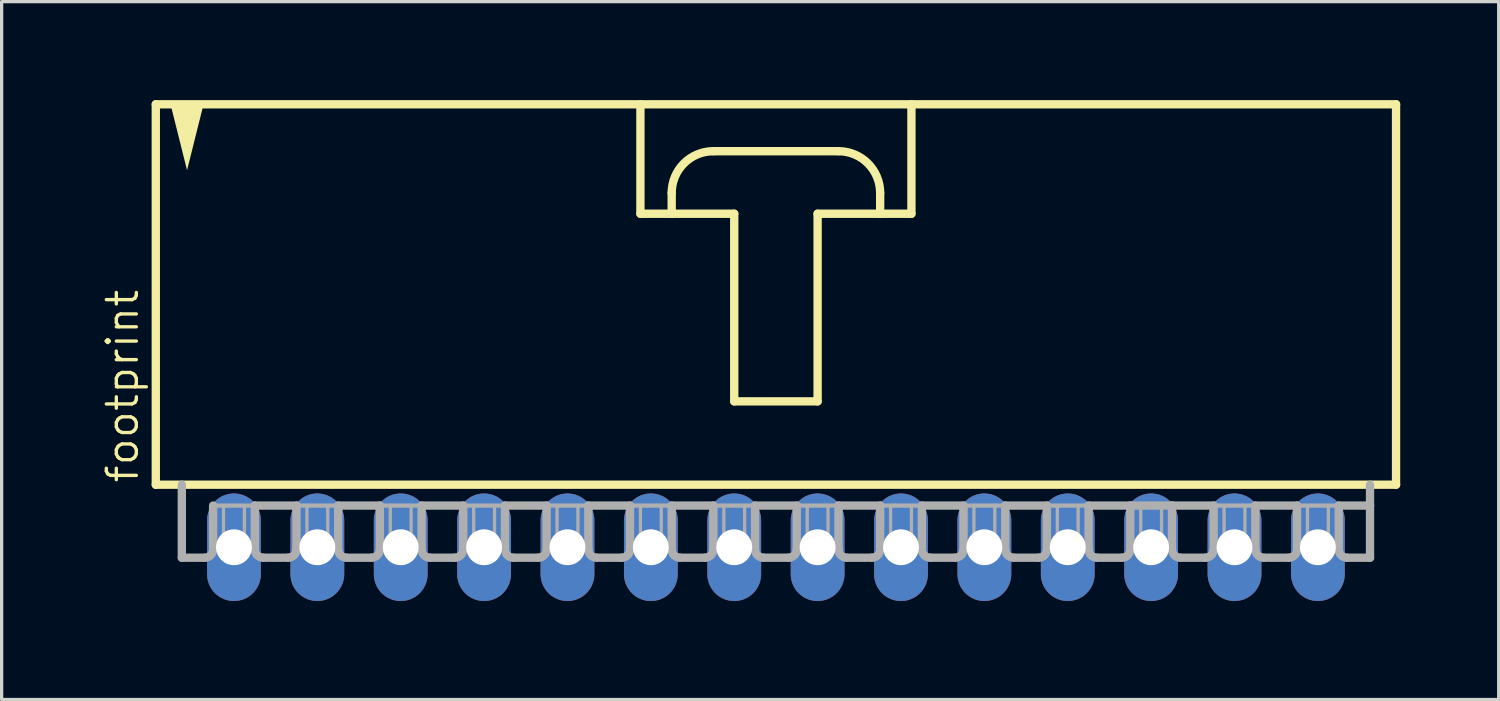
<source format=kicad_pcb>
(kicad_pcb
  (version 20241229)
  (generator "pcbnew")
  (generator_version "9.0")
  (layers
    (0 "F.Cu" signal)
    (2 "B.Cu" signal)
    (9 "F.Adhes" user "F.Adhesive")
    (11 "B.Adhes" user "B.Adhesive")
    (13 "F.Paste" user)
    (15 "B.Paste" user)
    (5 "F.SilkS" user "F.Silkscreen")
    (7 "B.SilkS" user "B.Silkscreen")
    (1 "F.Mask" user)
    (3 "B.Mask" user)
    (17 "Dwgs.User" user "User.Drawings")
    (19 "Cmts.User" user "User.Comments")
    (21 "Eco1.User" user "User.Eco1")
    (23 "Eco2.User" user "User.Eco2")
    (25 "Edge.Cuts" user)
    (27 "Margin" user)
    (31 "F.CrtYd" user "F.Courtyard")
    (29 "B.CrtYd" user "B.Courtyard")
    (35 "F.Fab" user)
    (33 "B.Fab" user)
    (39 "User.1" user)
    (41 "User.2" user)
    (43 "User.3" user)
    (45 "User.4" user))
  (footprint "footprint"
    (layer "F.Cu")
    (at 20.587 6.001)
    (property "Reference" "footprint" (at -19.367 5.715 90) (layer "F.SilkS") (effects (font (size 0.914 0.914) (thickness 0.102)) (justify left bottom)))
    (fp_line (start -18.891 -5.874) (end -18.891 5.715) (stroke (width 0.254) (type solid)) (layer "F.SilkS"))
    (fp_line (start -18.891 5.715) (end 18.891 5.715) (stroke (width 0.254) (type solid)) (layer "F.SilkS"))
    (fp_line (start -4.128 -5.874) (end -4.128 -2.54) (stroke (width 0.254) (type solid)) (layer "F.SilkS"))
    (fp_line (start -4.128 -2.54) (end -3.175 -2.54) (stroke (width 0.254) (type solid)) (layer "F.SilkS"))
    (fp_line (start -3.175 -2.54) (end -3.175 -3.175) (stroke (width 0.254) (type solid)) (layer "F.SilkS"))
    (fp_line (start -3.175 -2.54) (end -1.27 -2.54) (stroke (width 0.254) (type solid)) (layer "F.SilkS"))
    (fp_line (start -1.905 -4.445) (end 1.905 -4.445) (stroke (width 0.254) (type solid)) (layer "F.SilkS"))
    (fp_line (start -1.27 -2.54) (end -1.27 3.175) (stroke (width 0.254) (type solid)) (layer "F.SilkS"))
    (fp_line (start -1.27 3.175) (end 1.27 3.175) (stroke (width 0.254) (type solid)) (layer "F.SilkS"))
    (fp_line (start 1.27 -2.54) (end 3.175 -2.54) (stroke (width 0.254) (type solid)) (layer "F.SilkS"))
    (fp_line (start 1.27 3.175) (end 1.27 -2.54) (stroke (width 0.254) (type solid)) (layer "F.SilkS"))
    (fp_line (start 3.175 -3.175) (end 3.175 -2.54) (stroke (width 0.254) (type solid)) (layer "F.SilkS"))
    (fp_line (start 3.175 -2.54) (end 4.128 -2.54) (stroke (width 0.254) (type solid)) (layer "F.SilkS"))
    (fp_line (start 4.128 -5.874) (end -18.891 -5.874) (stroke (width 0.254) (type solid)) (layer "F.SilkS"))
    (fp_line (start 4.128 -2.54) (end 4.128 -5.874) (stroke (width 0.254) (type solid)) (layer "F.SilkS"))
    (fp_line (start 18.891 -5.874) (end 4.128 -5.874) (stroke (width 0.254) (type solid)) (layer "F.SilkS"))
    (fp_line (start 18.891 5.715) (end 18.891 -5.874) (stroke (width 0.254) (type solid)) (layer "F.SilkS"))
    (fp_arc (start -3.175 -3.175) (mid -2.803026 -4.073026) (end -1.905 -4.445) (stroke (width 0.254) (type solid)) (layer "F.SilkS"))
    (fp_arc (start 1.905 -4.445) (mid 2.803026 -4.073026) (end 3.175 -3.175) (stroke (width 0.254) (type solid)) (layer "F.SilkS"))
    (fp_poly (pts (xy -17.939 -3.864) (xy -18.448 -5.899) (xy -17.43 -5.899)) (stroke (width 0) (type solid)) (fill yes) (layer "F.SilkS"))
    (fp_line (start -18.098 5.715) (end -18.098 7.938) (stroke (width 0.254) (type solid)) (layer "F.Fab"))
    (fp_line (start -17.399 7.938) (end -18.098 7.938) (stroke (width 0.254) (type solid)) (layer "F.Fab"))
    (fp_line (start -17.145 6.35) (end -17.145 7.684) (stroke (width 0.254) (type solid)) (layer "F.Fab"))
    (fp_line (start -17.145 6.35) (end -15.875 6.35) (stroke (width 0.127) (type solid)) (layer "F.Fab"))
    (fp_line (start -15.875 6.35) (end -15.875 7.684) (stroke (width 0.254) (type solid)) (layer "F.Fab"))
    (fp_line (start -15.875 6.35) (end -14.605 6.35) (stroke (width 0.254) (type solid)) (layer "F.Fab"))
    (fp_line (start -14.859 7.938) (end -15.621 7.938) (stroke (width 0.254) (type solid)) (layer "F.Fab"))
    (fp_line (start -14.605 6.35) (end -14.605 7.684) (stroke (width 0.254) (type solid)) (layer "F.Fab"))
    (fp_line (start -14.605 6.35) (end -13.335 6.35) (stroke (width 0.127) (type solid)) (layer "F.Fab"))
    (fp_line (start -13.335 6.35) (end -13.335 7.684) (stroke (width 0.254) (type solid)) (layer "F.Fab"))
    (fp_line (start -13.335 6.35) (end -12.065 6.35) (stroke (width 0.254) (type solid)) (layer "F.Fab"))
    (fp_line (start -12.319 7.938) (end -13.081 7.938) (stroke (width 0.254) (type solid)) (layer "F.Fab"))
    (fp_line (start -12.065 6.35) (end -12.065 7.684) (stroke (width 0.254) (type solid)) (layer "F.Fab"))
    (fp_line (start -12.065 6.35) (end -10.795 6.35) (stroke (width 0.127) (type solid)) (layer "F.Fab"))
    (fp_line (start -10.795 6.35) (end -10.795 7.684) (stroke (width 0.254) (type solid)) (layer "F.Fab"))
    (fp_line (start -10.795 6.35) (end -9.525 6.35) (stroke (width 0.254) (type solid)) (layer "F.Fab"))
    (fp_line (start -9.779 7.938) (end -10.541 7.938) (stroke (width 0.254) (type solid)) (layer "F.Fab"))
    (fp_line (start -9.525 6.35) (end -9.525 7.684) (stroke (width 0.254) (type solid)) (layer "F.Fab"))
    (fp_line (start -9.525 6.35) (end -8.255 6.35) (stroke (width 0.127) (type solid)) (layer "F.Fab"))
    (fp_line (start -8.255 6.35) (end -8.255 7.684) (stroke (width 0.254) (type solid)) (layer "F.Fab"))
    (fp_line (start -8.255 6.35) (end -6.985 6.35) (stroke (width 0.254) (type solid)) (layer "F.Fab"))
    (fp_line (start -7.239 7.938) (end -8.001 7.938) (stroke (width 0.254) (type solid)) (layer "F.Fab"))
    (fp_line (start -6.985 6.35) (end -6.985 7.684) (stroke (width 0.254) (type solid)) (layer "F.Fab"))
    (fp_line (start -6.985 6.35) (end -5.715 6.35) (stroke (width 0.127) (type solid)) (layer "F.Fab"))
    (fp_line (start -5.715 6.35) (end -5.715 7.684) (stroke (width 0.254) (type solid)) (layer "F.Fab"))
    (fp_line (start -5.715 6.35) (end -4.445 6.35) (stroke (width 0.254) (type solid)) (layer "F.Fab"))
    (fp_line (start -4.699 7.938) (end -5.461 7.938) (stroke (width 0.254) (type solid)) (layer "F.Fab"))
    (fp_line (start -4.445 6.35) (end -4.445 7.684) (stroke (width 0.254) (type solid)) (layer "F.Fab"))
    (fp_line (start -4.445 6.35) (end -3.175 6.35) (stroke (width 0.127) (type solid)) (layer "F.Fab"))
    (fp_line (start -3.175 6.35) (end -3.175 7.684) (stroke (width 0.254) (type solid)) (layer "F.Fab"))
    (fp_line (start -3.175 6.35) (end -1.905 6.35) (stroke (width 0.254) (type solid)) (layer "F.Fab"))
    (fp_line (start -2.159 7.938) (end -2.921 7.938) (stroke (width 0.254) (type solid)) (layer "F.Fab"))
    (fp_line (start -1.905 6.35) (end -1.905 7.684) (stroke (width 0.254) (type solid)) (layer "F.Fab"))
    (fp_line (start -1.905 6.35) (end -0.635 6.35) (stroke (width 0.127) (type solid)) (layer "F.Fab"))
    (fp_line (start -0.635 6.35) (end -0.635 7.684) (stroke (width 0.254) (type solid)) (layer "F.Fab"))
    (fp_line (start -0.635 6.35) (end 0.635 6.35) (stroke (width 0.254) (type solid)) (layer "F.Fab"))
    (fp_line (start 0.381 7.938) (end -0.381 7.938) (stroke (width 0.254) (type solid)) (layer "F.Fab"))
    (fp_line (start 0.635 6.35) (end 0.635 7.684) (stroke (width 0.254) (type solid)) (layer "F.Fab"))
    (fp_line (start 0.635 6.35) (end 1.905 6.35) (stroke (width 0.127) (type solid)) (layer "F.Fab"))
    (fp_line (start 1.905 6.35) (end 1.905 7.684) (stroke (width 0.254) (type solid)) (layer "F.Fab"))
    (fp_line (start 1.905 6.35) (end 3.175 6.35) (stroke (width 0.254) (type solid)) (layer "F.Fab"))
    (fp_line (start 2.921 7.938) (end 2.159 7.938) (stroke (width 0.254) (type solid)) (layer "F.Fab"))
    (fp_line (start 3.175 6.35) (end 3.175 7.684) (stroke (width 0.254) (type solid)) (layer "F.Fab"))
    (fp_line (start 3.175 6.35) (end 4.445 6.35) (stroke (width 0.127) (type solid)) (layer "F.Fab"))
    (fp_line (start 4.445 6.35) (end 4.445 7.684) (stroke (width 0.254) (type solid)) (layer "F.Fab"))
    (fp_line (start 4.445 6.35) (end 5.715 6.35) (stroke (width 0.254) (type solid)) (layer "F.Fab"))
    (fp_line (start 5.461 7.938) (end 4.699 7.938) (stroke (width 0.254) (type solid)) (layer "F.Fab"))
    (fp_line (start 5.715 6.35) (end 5.715 7.684) (stroke (width 0.254) (type solid)) (layer "F.Fab"))
    (fp_line (start 5.715 6.35) (end 6.985 6.35) (stroke (width 0.127) (type solid)) (layer "F.Fab"))
    (fp_line (start 6.985 6.35) (end 6.985 7.684) (stroke (width 0.254) (type solid)) (layer "F.Fab"))
    (fp_line (start 6.985 6.35) (end 8.255 6.35) (stroke (width 0.254) (type solid)) (layer "F.Fab"))
    (fp_line (start 8.001 7.938) (end 7.239 7.938) (stroke (width 0.254) (type solid)) (layer "F.Fab"))
    (fp_line (start 8.255 6.35) (end 8.255 7.684) (stroke (width 0.254) (type solid)) (layer "F.Fab"))
    (fp_line (start 8.255 6.35) (end 9.525 6.35) (stroke (width 0.127) (type solid)) (layer "F.Fab"))
    (fp_line (start 9.525 6.35) (end 9.525 7.684) (stroke (width 0.254) (type solid)) (layer "F.Fab"))
    (fp_line (start 9.525 6.35) (end 10.795 6.35) (stroke (width 0.254) (type solid)) (layer "F.Fab"))
    (fp_line (start 10.541 7.938) (end 9.779 7.938) (stroke (width 0.254) (type solid)) (layer "F.Fab"))
    (fp_line (start 10.795 6.35) (end 10.795 7.684) (stroke (width 0.254) (type solid)) (layer "F.Fab"))
    (fp_line (start 10.795 6.35) (end 12.065 6.35) (stroke (width 0.254) (type solid)) (layer "F.Fab"))
    (fp_line (start 12.065 6.35) (end 12.065 7.684) (stroke (width 0.254) (type solid)) (layer "F.Fab"))
    (fp_line (start 12.065 6.35) (end 13.335 6.35) (stroke (width 0.254) (type solid)) (layer "F.Fab"))
    (fp_line (start 13.081 7.938) (end 12.319 7.938) (stroke (width 0.254) (type solid)) (layer "F.Fab"))
    (fp_line (start 13.335 6.35) (end 13.335 7.684) (stroke (width 0.254) (type solid)) (layer "F.Fab"))
    (fp_line (start 13.335 6.35) (end 14.605 6.35) (stroke (width 0.127) (type solid)) (layer "F.Fab"))
    (fp_line (start 14.605 6.35) (end 14.605 7.684) (stroke (width 0.254) (type solid)) (layer "F.Fab"))
    (fp_line (start 14.605 6.35) (end 15.875 6.35) (stroke (width 0.254) (type solid)) (layer "F.Fab"))
    (fp_line (start 15.621 7.938) (end 14.859 7.938) (stroke (width 0.254) (type solid)) (layer "F.Fab"))
    (fp_line (start 15.875 6.35) (end 15.875 7.684) (stroke (width 0.254) (type solid)) (layer "F.Fab"))
    (fp_line (start 15.875 6.35) (end 17.145 6.35) (stroke (width 0.127) (type solid)) (layer "F.Fab"))
    (fp_line (start 17.145 6.35) (end 17.145 7.684) (stroke (width 0.254) (type solid)) (layer "F.Fab"))
    (fp_line (start 17.145 6.35) (end 18.098 6.35) (stroke (width 0.254) (type solid)) (layer "F.Fab"))
    (fp_line (start 17.399 7.938) (end 18.098 7.938) (stroke (width 0.254) (type solid)) (layer "F.Fab"))
    (fp_line (start 18.098 6.35) (end 18.098 5.715) (stroke (width 0.254) (type solid)) (layer "F.Fab"))
    (fp_line (start 18.098 7.938) (end 18.098 6.35) (stroke (width 0.254) (type solid)) (layer "F.Fab"))
    (fp_arc (start -17.145 7.6835) (mid -17.219395 7.863105) (end -17.399 7.9375) (stroke (width 0.254) (type solid)) (layer "F.Fab"))
    (fp_arc (start -15.621 7.9375) (mid -15.800605 7.863105) (end -15.875 7.6835) (stroke (width 0.254) (type solid)) (layer "F.Fab"))
    (fp_arc (start -14.605 7.6835) (mid -14.679395 7.863105) (end -14.859 7.9375) (stroke (width 0.254) (type solid)) (layer "F.Fab"))
    (fp_arc (start -13.081 7.9375) (mid -13.260605 7.863105) (end -13.335 7.6835) (stroke (width 0.254) (type solid)) (layer "F.Fab"))
    (fp_arc (start -12.065 7.6835) (mid -12.139395 7.863105) (end -12.319 7.9375) (stroke (width 0.254) (type solid)) (layer "F.Fab"))
    (fp_arc (start -10.541 7.9375) (mid -10.720605 7.863105) (end -10.795 7.6835) (stroke (width 0.254) (type solid)) (layer "F.Fab"))
    (fp_arc (start -9.525 7.6835) (mid -9.599395 7.863105) (end -9.779 7.9375) (stroke (width 0.254) (type solid)) (layer "F.Fab"))
    (fp_arc (start -8.001 7.9375) (mid -8.180605 7.863105) (end -8.255 7.6835) (stroke (width 0.254) (type solid)) (layer "F.Fab"))
    (fp_arc (start -6.985 7.6835) (mid -7.059395 7.863105) (end -7.239 7.9375) (stroke (width 0.254) (type solid)) (layer "F.Fab"))
    (fp_arc (start -5.461 7.9375) (mid -5.640605 7.863105) (end -5.715 7.6835) (stroke (width 0.254) (type solid)) (layer "F.Fab"))
    (fp_arc (start -4.445 7.6835) (mid -4.519395 7.863105) (end -4.699 7.9375) (stroke (width 0.254) (type solid)) (layer "F.Fab"))
    (fp_arc (start -2.921 7.9375) (mid -3.100605 7.863105) (end -3.175 7.6835) (stroke (width 0.254) (type solid)) (layer "F.Fab"))
    (fp_arc (start -1.905 7.6835) (mid -1.979395 7.863105) (end -2.159 7.9375) (stroke (width 0.254) (type solid)) (layer "F.Fab"))
    (fp_arc (start -0.381 7.9375) (mid -0.560605 7.863105) (end -0.635 7.6835) (stroke (width 0.254) (type solid)) (layer "F.Fab"))
    (fp_arc (start 0.635 7.6835) (mid 0.560605 7.863105) (end 0.381 7.9375) (stroke (width 0.254) (type solid)) (layer "F.Fab"))
    (fp_arc (start 2.159 7.9375) (mid 1.979395 7.863105) (end 1.905 7.6835) (stroke (width 0.254) (type solid)) (layer "F.Fab"))
    (fp_arc (start 3.175 7.6835) (mid 3.100605 7.863105) (end 2.921 7.9375) (stroke (width 0.254) (type solid)) (layer "F.Fab"))
    (fp_arc (start 4.699 7.9375) (mid 4.519395 7.863105) (end 4.445 7.6835) (stroke (width 0.254) (type solid)) (layer "F.Fab"))
    (fp_arc (start 5.715 7.6835) (mid 5.640605 7.863105) (end 5.461 7.9375) (stroke (width 0.254) (type solid)) (layer "F.Fab"))
    (fp_arc (start 7.239 7.9375) (mid 7.059395 7.863105) (end 6.985 7.6835) (stroke (width 0.254) (type solid)) (layer "F.Fab"))
    (fp_arc (start 8.255 7.6835) (mid 8.180605 7.863105) (end 8.001 7.9375) (stroke (width 0.254) (type solid)) (layer "F.Fab"))
    (fp_arc (start 9.779 7.9375) (mid 9.599395 7.863105) (end 9.525 7.6835) (stroke (width 0.254) (type solid)) (layer "F.Fab"))
    (fp_arc (start 10.795 7.6835) (mid 10.720605 7.863105) (end 10.541 7.9375) (stroke (width 0.254) (type solid)) (layer "F.Fab"))
    (fp_arc (start 12.319 7.9375) (mid 12.139395 7.863105) (end 12.065 7.6835) (stroke (width 0.254) (type solid)) (layer "F.Fab"))
    (fp_arc (start 13.335 7.6835) (mid 13.260605 7.863105) (end 13.081 7.9375) (stroke (width 0.254) (type solid)) (layer "F.Fab"))
    (fp_arc (start 14.859 7.9375) (mid 14.679395 7.863105) (end 14.605 7.6835) (stroke (width 0.254) (type solid)) (layer "F.Fab"))
    (fp_arc (start 15.875 7.6835) (mid 15.800605 7.863105) (end 15.621 7.9375) (stroke (width 0.254) (type solid)) (layer "F.Fab"))
    (fp_arc (start 17.399 7.9375) (mid 17.219395 7.863105) (end 17.145 7.6835) (stroke (width 0.254) (type solid)) (layer "F.Fab"))
    (fp_poly (pts (xy -16.828 7.62) (xy -16.192 7.62) (xy -16.192 6.35) (xy -16.828 6.35)) (stroke (width 0.1) (type solid)) (fill no) (layer "F.Fab"))
    (fp_poly (pts (xy -14.287 7.62) (xy -13.652 7.62) (xy -13.652 6.35) (xy -14.287 6.35)) (stroke (width 0.1) (type solid)) (fill no) (layer "F.Fab"))
    (fp_poly (pts (xy -11.748 7.62) (xy -11.113 7.62) (xy -11.113 6.35) (xy -11.748 6.35)) (stroke (width 0.1) (type solid)) (fill no) (layer "F.Fab"))
    (fp_poly (pts (xy -9.207 7.62) (xy -8.572 7.62) (xy -8.572 6.35) (xy -9.207 6.35)) (stroke (width 0.1) (type solid)) (fill no) (layer "F.Fab"))
    (fp_poly (pts (xy -6.668 7.62) (xy -6.032 7.62) (xy -6.032 6.35) (xy -6.668 6.35)) (stroke (width 0.1) (type solid)) (fill no) (layer "F.Fab"))
    (fp_poly (pts (xy -4.128 7.62) (xy -3.493 7.62) (xy -3.493 6.35) (xy -4.128 6.35)) (stroke (width 0.1) (type solid)) (fill no) (layer "F.Fab"))
    (fp_poly (pts (xy -1.587 7.62) (xy -0.953 7.62) (xy -0.953 6.35) (xy -1.587 6.35)) (stroke (width 0.1) (type solid)) (fill no) (layer "F.Fab"))
    (fp_poly (pts (xy 0.953 7.62) (xy 1.587 7.62) (xy 1.587 6.35) (xy 0.953 6.35)) (stroke (width 0.1) (type solid)) (fill no) (layer "F.Fab"))
    (fp_poly (pts (xy 3.493 7.62) (xy 4.128 7.62) (xy 4.128 6.35) (xy 3.493 6.35)) (stroke (width 0.1) (type solid)) (fill no) (layer "F.Fab"))
    (fp_poly (pts (xy 6.032 7.62) (xy 6.668 7.62) (xy 6.668 6.35) (xy 6.032 6.35)) (stroke (width 0.1) (type solid)) (fill no) (layer "F.Fab"))
    (fp_poly (pts (xy 8.572 7.62) (xy 9.207 7.62) (xy 9.207 6.35) (xy 8.572 6.35)) (stroke (width 0.1) (type solid)) (fill no) (layer "F.Fab"))
    (fp_poly (pts (xy 11.113 7.62) (xy 11.748 7.62) (xy 11.748 6.35) (xy 11.113 6.35)) (stroke (width 0.1) (type solid)) (fill no) (layer "F.Fab"))
    (fp_poly (pts (xy 13.652 7.62) (xy 14.287 7.62) (xy 14.287 6.35) (xy 13.652 6.35)) (stroke (width 0.1) (type solid)) (fill no) (layer "F.Fab"))
    (fp_poly (pts (xy 16.192 7.62) (xy 16.828 7.62) (xy 16.828 6.35) (xy 16.192 6.35)) (stroke (width 0.1) (type solid)) (fill no) (layer "F.Fab"))
    (pad "1" thru_hole oval (at -16.51 7.62 90) (size 3.277 1.638) (drill 1.092) (layers "*.Cu" "*.Mask"))
    (pad "2" thru_hole oval (at -13.97 7.62 90) (size 3.277 1.638) (drill 1.092) (layers "*.Cu" "*.Mask"))
    (pad "3" thru_hole oval (at -11.43 7.62 90) (size 3.277 1.638) (drill 1.092) (layers "*.Cu" "*.Mask"))
    (pad "4" thru_hole oval (at -8.89 7.62 90) (size 3.277 1.638) (drill 1.092) (layers "*.Cu" "*.Mask"))
    (pad "5" thru_hole oval (at -6.35 7.62 90) (size 3.277 1.638) (drill 1.092) (layers "*.Cu" "*.Mask"))
    (pad "6" thru_hole oval (at -3.81 7.62 90) (size 3.277 1.638) (drill 1.092) (layers "*.Cu" "*.Mask"))
    (pad "7" thru_hole oval (at -1.27 7.62 90) (size 3.277 1.638) (drill 1.092) (layers "*.Cu" "*.Mask"))
    (pad "8" thru_hole oval (at 1.27 7.62 90) (size 3.277 1.638) (drill 1.092) (layers "*.Cu" "*.Mask"))
    (pad "9" thru_hole oval (at 3.81 7.62 90) (size 3.277 1.638) (drill 1.092) (layers "*.Cu" "*.Mask"))
    (pad "10" thru_hole oval (at 6.35 7.62 90) (size 3.277 1.638) (drill 1.092) (layers "*.Cu" "*.Mask"))
    (pad "11" thru_hole oval (at 8.89 7.62 90) (size 3.277 1.638) (drill 1.092) (layers "*.Cu" "*.Mask"))
    (pad "12" thru_hole oval (at 11.43 7.62 90) (size 3.277 1.638) (drill 1.092) (layers "*.Cu" "*.Mask"))
    (pad "13" thru_hole oval (at 13.97 7.62 90) (size 3.277 1.638) (drill 1.092) (layers "*.Cu" "*.Mask"))
    (pad "14" thru_hole oval (at 16.51 7.62 90) (size 3.277 1.638) (drill 1.092) (layers "*.Cu" "*.Mask")))
  (gr_rect
    (start -3 -3)
    (end 42.605 18.259)
    (stroke (width 0.1) (type default))
    (fill no)
    (layer "Edge.Cuts")))
</source>
